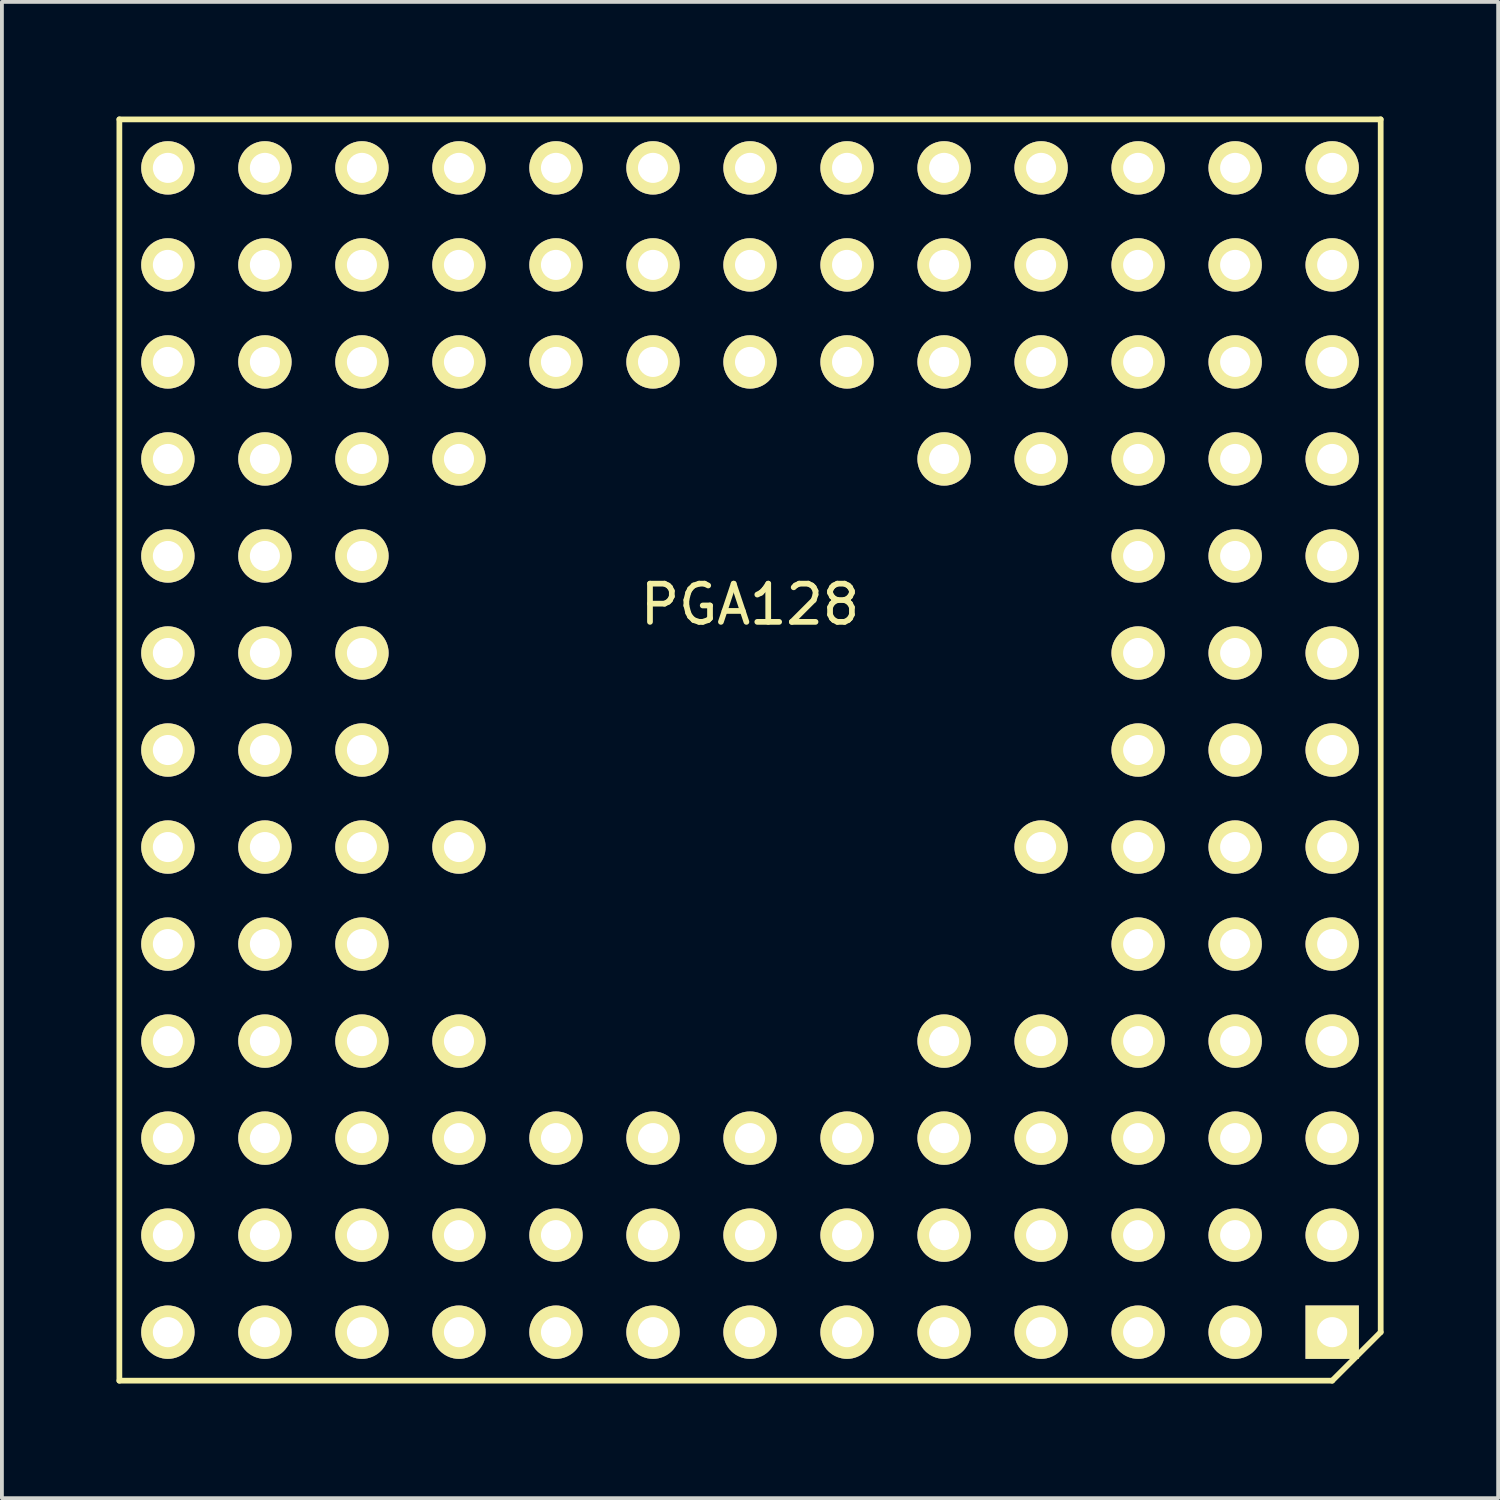
<source format=kicad_pcb>
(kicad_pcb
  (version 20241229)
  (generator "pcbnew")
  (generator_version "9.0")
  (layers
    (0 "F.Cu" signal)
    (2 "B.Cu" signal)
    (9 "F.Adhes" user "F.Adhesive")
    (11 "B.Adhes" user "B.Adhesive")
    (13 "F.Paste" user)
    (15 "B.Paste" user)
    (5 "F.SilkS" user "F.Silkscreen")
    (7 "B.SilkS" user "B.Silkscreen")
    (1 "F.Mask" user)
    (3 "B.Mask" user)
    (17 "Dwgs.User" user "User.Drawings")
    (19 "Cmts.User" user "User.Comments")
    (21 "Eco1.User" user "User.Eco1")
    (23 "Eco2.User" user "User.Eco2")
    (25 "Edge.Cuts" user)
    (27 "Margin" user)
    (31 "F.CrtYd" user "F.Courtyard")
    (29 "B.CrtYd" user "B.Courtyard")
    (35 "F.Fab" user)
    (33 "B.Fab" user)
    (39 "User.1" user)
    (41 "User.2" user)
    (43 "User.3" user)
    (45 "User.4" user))
  (footprint "PGA128"
    (layer "F.Cu")
    (at 16.585 16.585)
    (property "Reference" "PGA128" (at 0 -3.81 0) (layer "F.SilkS") (effects (font (size 1 1) (thickness 0.15))))
    (attr through_hole)
    (fp_line (start -16.51 -16.51) (end -16.51 16.51) (stroke (width 0.15) (type solid)) (layer "F.SilkS"))
    (fp_line (start -16.51 16.51) (end 15.24 16.51) (stroke (width 0.15) (type solid)) (layer "F.SilkS"))
    (fp_line (start 16.51 -16.51) (end -16.51 -16.51) (stroke (width 0.15) (type solid)) (layer "F.SilkS"))
    (fp_line (start 16.51 15.24) (end 15.24 16.51) (stroke (width 0.15) (type solid)) (layer "F.SilkS"))
    (fp_line (start 16.51 15.24) (end 16.51 -16.51) (stroke (width 0.15) (type solid)) (layer "F.SilkS"))
    (pad "A1" thru_hole rect (at 15.24 15.24) (size 1.397 1.397) (drill 0.787) (layers "*.Cu" "*.Mask" "F.SilkS"))
    (pad "A2" thru_hole circle (at 12.7 15.24) (size 1.397 1.397) (drill 0.787) (layers "*.Cu" "*.Mask" "F.SilkS"))
    (pad "A3" thru_hole circle (at 10.16 15.24) (size 1.397 1.397) (drill 0.787) (layers "*.Cu" "*.Mask" "F.SilkS"))
    (pad "A4" thru_hole circle (at 7.62 15.24) (size 1.397 1.397) (drill 0.787) (layers "*.Cu" "*.Mask" "F.SilkS"))
    (pad "A5" thru_hole circle (at 5.08 15.24) (size 1.397 1.397) (drill 0.787) (layers "*.Cu" "*.Mask" "F.SilkS"))
    (pad "A6" thru_hole circle (at 2.54 15.24) (size 1.397 1.397) (drill 0.787) (layers "*.Cu" "*.Mask" "F.SilkS"))
    (pad "A7" thru_hole circle (at 0 15.24) (size 1.397 1.397) (drill 0.787) (layers "*.Cu" "*.Mask" "F.SilkS"))
    (pad "A8" thru_hole circle (at -2.54 15.24) (size 1.397 1.397) (drill 0.787) (layers "*.Cu" "*.Mask" "F.SilkS"))
    (pad "A9" thru_hole circle (at -5.08 15.24) (size 1.397 1.397) (drill 0.787) (layers "*.Cu" "*.Mask" "F.SilkS"))
    (pad "A10" thru_hole circle (at -7.62 15.24) (size 1.397 1.397) (drill 0.787) (layers "*.Cu" "*.Mask" "F.SilkS"))
    (pad "A11" thru_hole circle (at -10.16 15.24) (size 1.397 1.397) (drill 0.787) (layers "*.Cu" "*.Mask" "F.SilkS"))
    (pad "A12" thru_hole circle (at -12.7 15.24) (size 1.397 1.397) (drill 0.787) (layers "*.Cu" "*.Mask" "F.SilkS"))
    (pad "A13" thru_hole circle (at -15.24 15.24) (size 1.397 1.397) (drill 0.787) (layers "*.Cu" "*.Mask" "F.SilkS"))
    (pad "B1" thru_hole circle (at 15.24 12.7) (size 1.397 1.397) (drill 0.787) (layers "*.Cu" "*.Mask" "F.SilkS"))
    (pad "B2" thru_hole circle (at 12.7 12.7) (size 1.397 1.397) (drill 0.787) (layers "*.Cu" "*.Mask" "F.SilkS"))
    (pad "B3" thru_hole circle (at 10.16 12.7) (size 1.397 1.397) (drill 0.787) (layers "*.Cu" "*.Mask" "F.SilkS"))
    (pad "B4" thru_hole circle (at 7.62 12.7) (size 1.397 1.397) (drill 0.787) (layers "*.Cu" "*.Mask" "F.SilkS"))
    (pad "B5" thru_hole circle (at 5.08 12.7) (size 1.397 1.397) (drill 0.787) (layers "*.Cu" "*.Mask" "F.SilkS"))
    (pad "B6" thru_hole circle (at 2.54 12.7) (size 1.397 1.397) (drill 0.787) (layers "*.Cu" "*.Mask" "F.SilkS"))
    (pad "B7" thru_hole circle (at 0 12.7) (size 1.397 1.397) (drill 0.787) (layers "*.Cu" "*.Mask" "F.SilkS"))
    (pad "B8" thru_hole circle (at -2.54 12.7) (size 1.397 1.397) (drill 0.787) (layers "*.Cu" "*.Mask" "F.SilkS"))
    (pad "B9" thru_hole circle (at -5.08 12.7) (size 1.397 1.397) (drill 0.787) (layers "*.Cu" "*.Mask" "F.SilkS"))
    (pad "B10" thru_hole circle (at -7.62 12.7) (size 1.397 1.397) (drill 0.787) (layers "*.Cu" "*.Mask" "F.SilkS"))
    (pad "B11" thru_hole circle (at -10.16 12.7) (size 1.397 1.397) (drill 0.787) (layers "*.Cu" "*.Mask" "F.SilkS"))
    (pad "B12" thru_hole circle (at -12.7 12.7) (size 1.397 1.397) (drill 0.787) (layers "*.Cu" "*.Mask" "F.SilkS"))
    (pad "B13" thru_hole circle (at -15.24 12.7) (size 1.397 1.397) (drill 0.787) (layers "*.Cu" "*.Mask" "F.SilkS"))
    (pad "C1" thru_hole circle (at 15.24 10.16) (size 1.397 1.397) (drill 0.787) (layers "*.Cu" "*.Mask" "F.SilkS"))
    (pad "C2" thru_hole circle (at 12.7 10.16) (size 1.397 1.397) (drill 0.787) (layers "*.Cu" "*.Mask" "F.SilkS"))
    (pad "C3" thru_hole circle (at 10.16 10.16) (size 1.397 1.397) (drill 0.787) (layers "*.Cu" "*.Mask" "F.SilkS"))
    (pad "C4" thru_hole circle (at 7.62 10.16) (size 1.397 1.397) (drill 0.787) (layers "*.Cu" "*.Mask" "F.SilkS"))
    (pad "C5" thru_hole circle (at 5.08 10.16) (size 1.397 1.397) (drill 0.787) (layers "*.Cu" "*.Mask" "F.SilkS"))
    (pad "C6" thru_hole circle (at 2.54 10.16) (size 1.397 1.397) (drill 0.787) (layers "*.Cu" "*.Mask" "F.SilkS"))
    (pad "C7" thru_hole circle (at 0 10.16) (size 1.397 1.397) (drill 0.787) (layers "*.Cu" "*.Mask" "F.SilkS"))
    (pad "C8" thru_hole circle (at -2.54 10.16) (size 1.397 1.397) (drill 0.787) (layers "*.Cu" "*.Mask" "F.SilkS"))
    (pad "C9" thru_hole circle (at -5.08 10.16) (size 1.397 1.397) (drill 0.787) (layers "*.Cu" "*.Mask" "F.SilkS"))
    (pad "C10" thru_hole circle (at -7.62 10.16) (size 1.397 1.397) (drill 0.787) (layers "*.Cu" "*.Mask" "F.SilkS"))
    (pad "C11" thru_hole circle (at -10.16 10.16) (size 1.397 1.397) (drill 0.787) (layers "*.Cu" "*.Mask" "F.SilkS"))
    (pad "C12" thru_hole circle (at -12.7 10.16) (size 1.397 1.397) (drill 0.787) (layers "*.Cu" "*.Mask" "F.SilkS"))
    (pad "C13" thru_hole circle (at -15.24 10.16) (size 1.397 1.397) (drill 0.787) (layers "*.Cu" "*.Mask" "F.SilkS"))
    (pad "D1" thru_hole circle (at 15.24 7.62) (size 1.397 1.397) (drill 0.787) (layers "*.Cu" "*.Mask" "F.SilkS"))
    (pad "D2" thru_hole circle (at 12.7 7.62) (size 1.397 1.397) (drill 0.787) (layers "*.Cu" "*.Mask" "F.SilkS"))
    (pad "D3" thru_hole circle (at 10.16 7.62) (size 1.397 1.397) (drill 0.787) (layers "*.Cu" "*.Mask" "F.SilkS"))
    (pad "D4" thru_hole circle (at 7.62 7.62) (size 1.397 1.397) (drill 0.787) (layers "*.Cu" "*.Mask" "F.SilkS"))
    (pad "D5" thru_hole circle (at 5.08 7.62) (size 1.397 1.397) (drill 0.787) (layers "*.Cu" "*.Mask" "F.SilkS"))
    (pad "D10" thru_hole circle (at -7.62 7.62) (size 1.397 1.397) (drill 0.787) (layers "*.Cu" "*.Mask" "F.SilkS"))
    (pad "D11" thru_hole circle (at -10.16 7.62) (size 1.397 1.397) (drill 0.787) (layers "*.Cu" "*.Mask" "F.SilkS"))
    (pad "D12" thru_hole circle (at -12.7 7.62) (size 1.397 1.397) (drill 0.787) (layers "*.Cu" "*.Mask" "F.SilkS"))
    (pad "D13" thru_hole circle (at -15.24 7.62) (size 1.397 1.397) (drill 0.787) (layers "*.Cu" "*.Mask" "F.SilkS"))
    (pad "E1" thru_hole circle (at 15.24 5.08) (size 1.397 1.397) (drill 0.787) (layers "*.Cu" "*.Mask" "F.SilkS"))
    (pad "E2" thru_hole circle (at 12.7 5.08) (size 1.397 1.397) (drill 0.787) (layers "*.Cu" "*.Mask" "F.SilkS"))
    (pad "E3" thru_hole circle (at 10.16 5.08) (size 1.397 1.397) (drill 0.787) (layers "*.Cu" "*.Mask" "F.SilkS"))
    (pad "E11" thru_hole circle (at -10.16 5.08) (size 1.397 1.397) (drill 0.787) (layers "*.Cu" "*.Mask" "F.SilkS"))
    (pad "E12" thru_hole circle (at -12.7 5.08) (size 1.397 1.397) (drill 0.787) (layers "*.Cu" "*.Mask" "F.SilkS"))
    (pad "E13" thru_hole circle (at -15.24 5.08) (size 1.397 1.397) (drill 0.787) (layers "*.Cu" "*.Mask" "F.SilkS"))
    (pad "F1" thru_hole circle (at 15.24 2.54) (size 1.397 1.397) (drill 0.787) (layers "*.Cu" "*.Mask" "F.SilkS"))
    (pad "F2" thru_hole circle (at 12.7 2.54) (size 1.397 1.397) (drill 0.787) (layers "*.Cu" "*.Mask" "F.SilkS"))
    (pad "F3" thru_hole circle (at 10.16 2.54) (size 1.397 1.397) (drill 0.787) (layers "*.Cu" "*.Mask" "F.SilkS"))
    (pad "F4" thru_hole circle (at 7.62 2.54) (size 1.397 1.397) (drill 0.787) (layers "*.Cu" "*.Mask" "F.SilkS"))
    (pad "F10" thru_hole circle (at -7.62 2.54) (size 1.397 1.397) (drill 0.787) (layers "*.Cu" "*.Mask" "F.SilkS"))
    (pad "F11" thru_hole circle (at -10.16 2.54) (size 1.397 1.397) (drill 0.787) (layers "*.Cu" "*.Mask" "F.SilkS"))
    (pad "F12" thru_hole circle (at -12.7 2.54) (size 1.397 1.397) (drill 0.787) (layers "*.Cu" "*.Mask" "F.SilkS"))
    (pad "F13" thru_hole circle (at -15.24 2.54) (size 1.397 1.397) (drill 0.787) (layers "*.Cu" "*.Mask" "F.SilkS"))
    (pad "G1" thru_hole circle (at 15.24 0) (size 1.397 1.397) (drill 0.787) (layers "*.Cu" "*.Mask" "F.SilkS"))
    (pad "G2" thru_hole circle (at 12.7 0) (size 1.397 1.397) (drill 0.787) (layers "*.Cu" "*.Mask" "F.SilkS"))
    (pad "G3" thru_hole circle (at 10.16 0) (size 1.397 1.397) (drill 0.787) (layers "*.Cu" "*.Mask" "F.SilkS"))
    (pad "G11" thru_hole circle (at -10.16 0) (size 1.397 1.397) (drill 0.787) (layers "*.Cu" "*.Mask" "F.SilkS"))
    (pad "G12" thru_hole circle (at -12.7 0) (size 1.397 1.397) (drill 0.787) (layers "*.Cu" "*.Mask" "F.SilkS"))
    (pad "G13" thru_hole circle (at -15.24 0) (size 1.397 1.397) (drill 0.787) (layers "*.Cu" "*.Mask" "F.SilkS"))
    (pad "H1" thru_hole circle (at 15.24 -2.54) (size 1.397 1.397) (drill 0.787) (layers "*.Cu" "*.Mask" "F.SilkS"))
    (pad "H2" thru_hole circle (at 12.7 -2.54) (size 1.397 1.397) (drill 0.787) (layers "*.Cu" "*.Mask" "F.SilkS"))
    (pad "H3" thru_hole circle (at 10.16 -2.54) (size 1.397 1.397) (drill 0.787) (layers "*.Cu" "*.Mask" "F.SilkS"))
    (pad "H11" thru_hole circle (at -10.16 -2.54) (size 1.397 1.397) (drill 0.787) (layers "*.Cu" "*.Mask" "F.SilkS"))
    (pad "H12" thru_hole circle (at -12.7 -2.54) (size 1.397 1.397) (drill 0.787) (layers "*.Cu" "*.Mask" "F.SilkS"))
    (pad "H13" thru_hole circle (at -15.24 -2.54) (size 1.397 1.397) (drill 0.787) (layers "*.Cu" "*.Mask" "F.SilkS"))
    (pad "J1" thru_hole circle (at 15.24 -5.08) (size 1.397 1.397) (drill 0.787) (layers "*.Cu" "*.Mask" "F.SilkS"))
    (pad "J2" thru_hole circle (at 12.7 -5.08) (size 1.397 1.397) (drill 0.787) (layers "*.Cu" "*.Mask" "F.SilkS"))
    (pad "J3" thru_hole circle (at 10.16 -5.08) (size 1.397 1.397) (drill 0.787) (layers "*.Cu" "*.Mask" "F.SilkS"))
    (pad "J11" thru_hole circle (at -10.16 -5.08) (size 1.397 1.397) (drill 0.787) (layers "*.Cu" "*.Mask" "F.SilkS"))
    (pad "J12" thru_hole circle (at -12.7 -5.08) (size 1.397 1.397) (drill 0.787) (layers "*.Cu" "*.Mask" "F.SilkS"))
    (pad "J13" thru_hole circle (at -15.24 -5.08) (size 1.397 1.397) (drill 0.787) (layers "*.Cu" "*.Mask" "F.SilkS"))
    (pad "K1" thru_hole circle (at 15.24 -7.62) (size 1.397 1.397) (drill 0.787) (layers "*.Cu" "*.Mask" "F.SilkS"))
    (pad "K2" thru_hole circle (at 12.7 -7.62) (size 1.397 1.397) (drill 0.787) (layers "*.Cu" "*.Mask" "F.SilkS"))
    (pad "K3" thru_hole circle (at 10.16 -7.62) (size 1.397 1.397) (drill 0.787) (layers "*.Cu" "*.Mask" "F.SilkS"))
    (pad "K4" thru_hole circle (at 7.62 -7.62) (size 1.397 1.397) (drill 0.787) (layers "*.Cu" "*.Mask" "F.SilkS"))
    (pad "K5" thru_hole circle (at 5.08 -7.62) (size 1.397 1.397) (drill 0.787) (layers "*.Cu" "*.Mask" "F.SilkS"))
    (pad "K10" thru_hole circle (at -7.62 -7.62) (size 1.397 1.397) (drill 0.787) (layers "*.Cu" "*.Mask" "F.SilkS"))
    (pad "K11" thru_hole circle (at -10.16 -7.62) (size 1.397 1.397) (drill 0.787) (layers "*.Cu" "*.Mask" "F.SilkS"))
    (pad "K12" thru_hole circle (at -12.7 -7.62) (size 1.397 1.397) (drill 0.787) (layers "*.Cu" "*.Mask" "F.SilkS"))
    (pad "K13" thru_hole circle (at -15.24 -7.62) (size 1.397 1.397) (drill 0.787) (layers "*.Cu" "*.Mask" "F.SilkS"))
    (pad "L1" thru_hole circle (at 15.24 -10.16) (size 1.397 1.397) (drill 0.787) (layers "*.Cu" "*.Mask" "F.SilkS"))
    (pad "L2" thru_hole circle (at 12.7 -10.16) (size 1.397 1.397) (drill 0.787) (layers "*.Cu" "*.Mask" "F.SilkS"))
    (pad "L3" thru_hole circle (at 10.16 -10.16) (size 1.397 1.397) (drill 0.787) (layers "*.Cu" "*.Mask" "F.SilkS"))
    (pad "L4" thru_hole circle (at 7.62 -10.16) (size 1.397 1.397) (drill 0.787) (layers "*.Cu" "*.Mask" "F.SilkS"))
    (pad "L5" thru_hole circle (at 5.08 -10.16) (size 1.397 1.397) (drill 0.787) (layers "*.Cu" "*.Mask" "F.SilkS"))
    (pad "L6" thru_hole circle (at 2.54 -10.16) (size 1.397 1.397) (drill 0.787) (layers "*.Cu" "*.Mask" "F.SilkS"))
    (pad "L7" thru_hole circle (at 0 -10.16) (size 1.397 1.397) (drill 0.787) (layers "*.Cu" "*.Mask" "F.SilkS"))
    (pad "L8" thru_hole circle (at -2.54 -10.16) (size 1.397 1.397) (drill 0.787) (layers "*.Cu" "*.Mask" "F.SilkS"))
    (pad "L9" thru_hole circle (at -5.08 -10.16) (size 1.397 1.397) (drill 0.787) (layers "*.Cu" "*.Mask" "F.SilkS"))
    (pad "L10" thru_hole circle (at -7.62 -10.16) (size 1.397 1.397) (drill 0.787) (layers "*.Cu" "*.Mask" "F.SilkS"))
    (pad "L11" thru_hole circle (at -10.16 -10.16) (size 1.397 1.397) (drill 0.787) (layers "*.Cu" "*.Mask" "F.SilkS"))
    (pad "L12" thru_hole circle (at -12.7 -10.16) (size 1.397 1.397) (drill 0.787) (layers "*.Cu" "*.Mask" "F.SilkS"))
    (pad "L13" thru_hole circle (at -15.24 -10.16) (size 1.397 1.397) (drill 0.787) (layers "*.Cu" "*.Mask" "F.SilkS"))
    (pad "M1" thru_hole circle (at 15.24 -12.7) (size 1.397 1.397) (drill 0.787) (layers "*.Cu" "*.Mask" "F.SilkS"))
    (pad "M2" thru_hole circle (at 12.7 -12.7) (size 1.397 1.397) (drill 0.787) (layers "*.Cu" "*.Mask" "F.SilkS"))
    (pad "M3" thru_hole circle (at 10.16 -12.7) (size 1.397 1.397) (drill 0.787) (layers "*.Cu" "*.Mask" "F.SilkS"))
    (pad "M4" thru_hole circle (at 7.62 -12.7) (size 1.397 1.397) (drill 0.787) (layers "*.Cu" "*.Mask" "F.SilkS"))
    (pad "M5" thru_hole circle (at 5.08 -12.7) (size 1.397 1.397) (drill 0.787) (layers "*.Cu" "*.Mask" "F.SilkS"))
    (pad "M6" thru_hole circle (at 2.54 -12.7) (size 1.397 1.397) (drill 0.787) (layers "*.Cu" "*.Mask" "F.SilkS"))
    (pad "M7" thru_hole circle (at 0 -12.7) (size 1.397 1.397) (drill 0.787) (layers "*.Cu" "*.Mask" "F.SilkS"))
    (pad "M8" thru_hole circle (at -2.54 -12.7) (size 1.397 1.397) (drill 0.787) (layers "*.Cu" "*.Mask" "F.SilkS"))
    (pad "M9" thru_hole circle (at -5.08 -12.7) (size 1.397 1.397) (drill 0.787) (layers "*.Cu" "*.Mask" "F.SilkS"))
    (pad "M10" thru_hole circle (at -7.62 -12.7) (size 1.397 1.397) (drill 0.787) (layers "*.Cu" "*.Mask" "F.SilkS"))
    (pad "M11" thru_hole circle (at -10.16 -12.7) (size 1.397 1.397) (drill 0.787) (layers "*.Cu" "*.Mask" "F.SilkS"))
    (pad "M12" thru_hole circle (at -12.7 -12.7) (size 1.397 1.397) (drill 0.787) (layers "*.Cu" "*.Mask" "F.SilkS"))
    (pad "M13" thru_hole circle (at -15.24 -12.7) (size 1.397 1.397) (drill 0.787) (layers "*.Cu" "*.Mask" "F.SilkS"))
    (pad "N1" thru_hole circle (at 15.24 -15.24) (size 1.397 1.397) (drill 0.787) (layers "*.Cu" "*.Mask" "F.SilkS"))
    (pad "N2" thru_hole circle (at 12.7 -15.24) (size 1.397 1.397) (drill 0.787) (layers "*.Cu" "*.Mask" "F.SilkS"))
    (pad "N3" thru_hole circle (at 10.16 -15.24) (size 1.397 1.397) (drill 0.787) (layers "*.Cu" "*.Mask" "F.SilkS"))
    (pad "N4" thru_hole circle (at 7.62 -15.24) (size 1.397 1.397) (drill 0.787) (layers "*.Cu" "*.Mask" "F.SilkS"))
    (pad "N5" thru_hole circle (at 5.08 -15.24) (size 1.397 1.397) (drill 0.787) (layers "*.Cu" "*.Mask" "F.SilkS"))
    (pad "N6" thru_hole circle (at 2.54 -15.24) (size 1.397 1.397) (drill 0.787) (layers "*.Cu" "*.Mask" "F.SilkS"))
    (pad "N7" thru_hole circle (at 0 -15.24) (size 1.397 1.397) (drill 0.787) (layers "*.Cu" "*.Mask" "F.SilkS"))
    (pad "N8" thru_hole circle (at -2.54 -15.24) (size 1.397 1.397) (drill 0.787) (layers "*.Cu" "*.Mask" "F.SilkS"))
    (pad "N9" thru_hole circle (at -5.08 -15.24) (size 1.397 1.397) (drill 0.787) (layers "*.Cu" "*.Mask" "F.SilkS"))
    (pad "N10" thru_hole circle (at -7.62 -15.24) (size 1.397 1.397) (drill 0.787) (layers "*.Cu" "*.Mask" "F.SilkS"))
    (pad "N11" thru_hole circle (at -10.16 -15.24) (size 1.397 1.397) (drill 0.787) (layers "*.Cu" "*.Mask" "F.SilkS"))
    (pad "N12" thru_hole circle (at -12.7 -15.24) (size 1.397 1.397) (drill 0.787) (layers "*.Cu" "*.Mask" "F.SilkS"))
    (pad "N13" thru_hole circle (at -15.24 -15.24) (size 1.397 1.397) (drill 0.787) (layers "*.Cu" "*.Mask" "F.SilkS")))
  (gr_rect
    (start -3 -3)
    (end 36.17 36.17)
    (stroke (width 0.1) (type default))
    (fill no)
    (layer "Edge.Cuts")))
</source>
